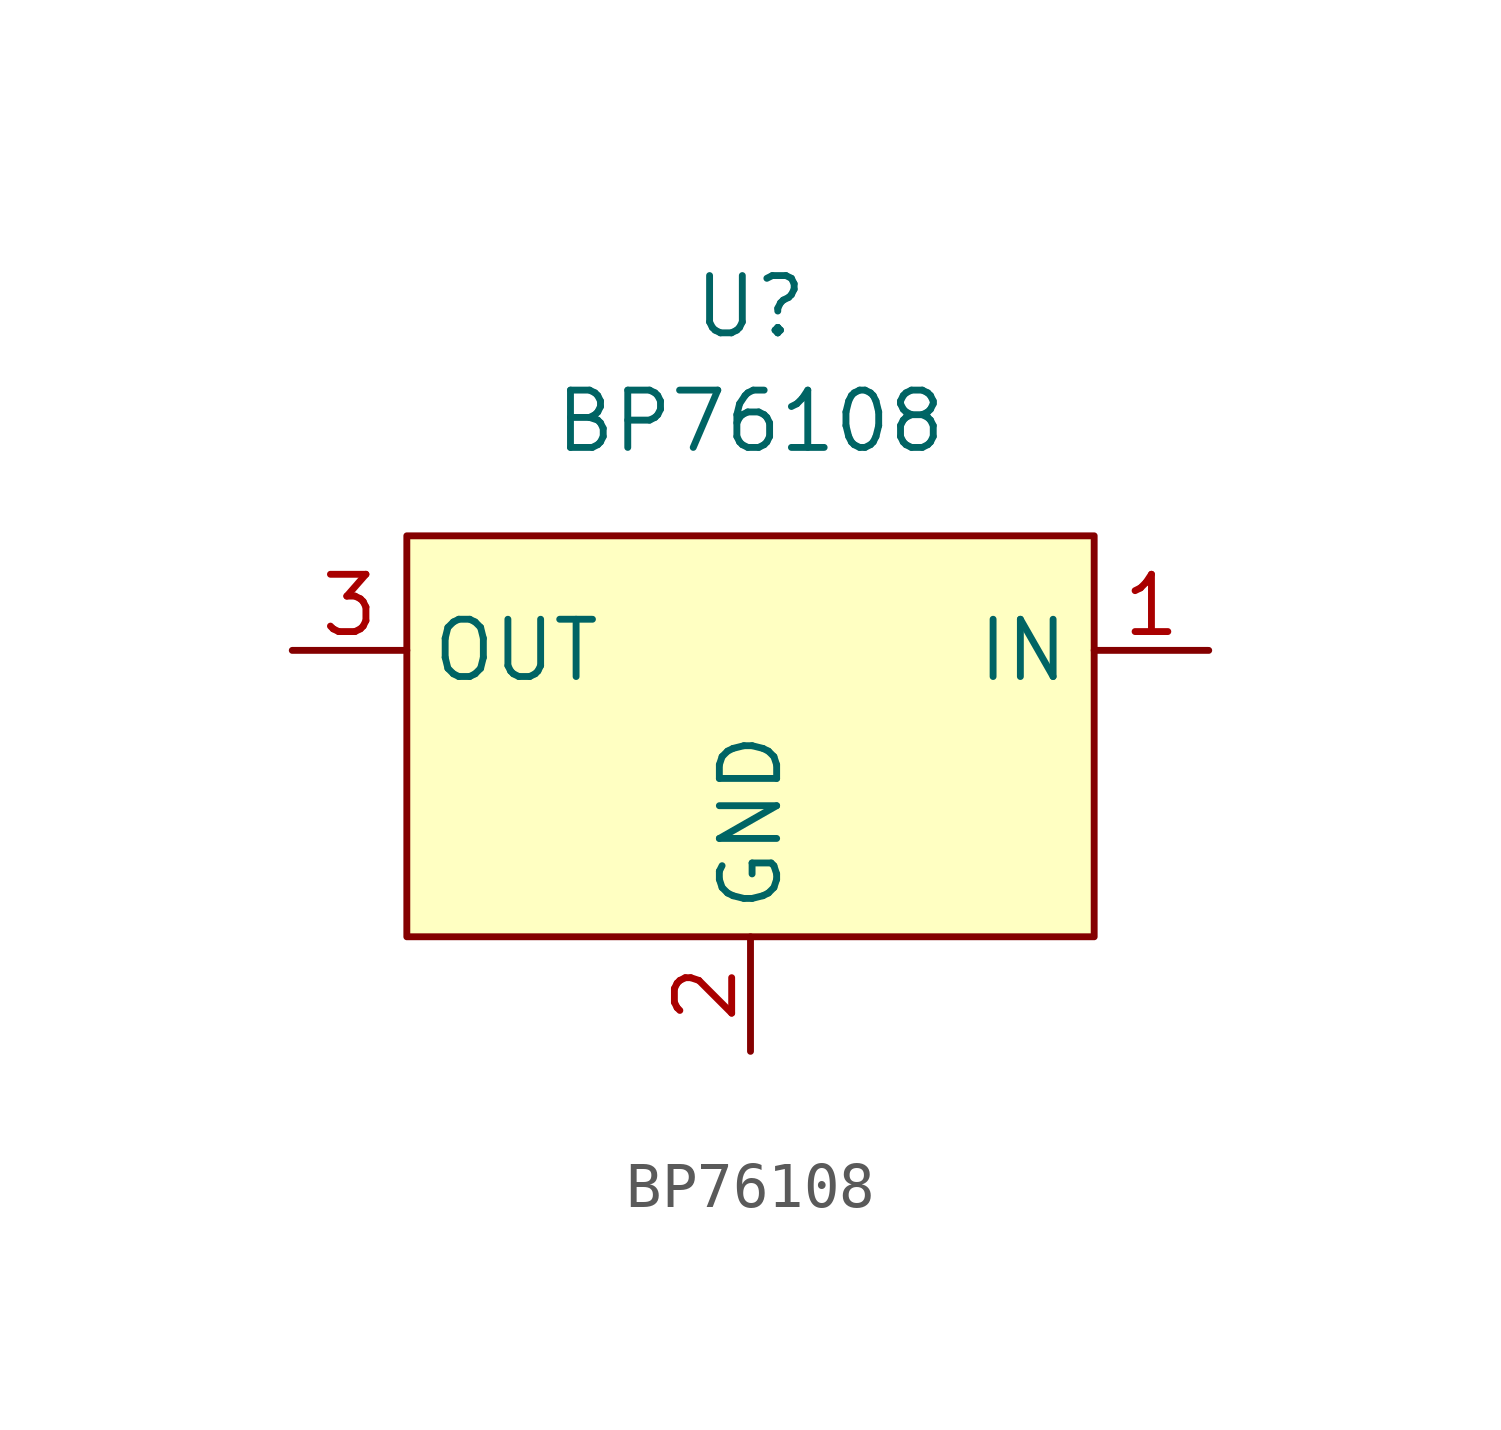
<source format=kicad_sym>
(kicad_symbol_lib
  (version 20211014)
  (generator kicad_symbol_editor)
  (symbol "BP76108"
    (property "Reference" "U"
      (at 0 8.89 0)
      (effects (font (size 1.27 1.27))))
    (property "Value" "BP76108"
      (at 0 6.35 0)
      (effects (font (size 1.27 1.27))))
    (symbol "BP76108_0_1"
      (rectangle (start -7.62 3.81) (end 7.62 -5.08) (stroke (width 0) (type default) (color 0 0 0 0)) (fill (type background))))
    (symbol "BP76108_1_1"
      (pin input line (at 10.16 1.27 180) (length 2.54) (name "IN" (effects (font (size 1.27 1.27)))) (number "1" (effects (font (size 1.27 1.27)))))
      (pin bidirectional line (at 0 -7.62 90) (length 2.54) (name "GND" (effects (font (size 1.27 1.27)))) (number "2" (effects (font (size 1.27 1.27)))))
      (pin output line (at -10.16 1.27 0) (length 2.54) (name "OUT" (effects (font (size 1.27 1.27)))) (number "3" (effects (font (size 1.27 1.27))))))))
</source>
